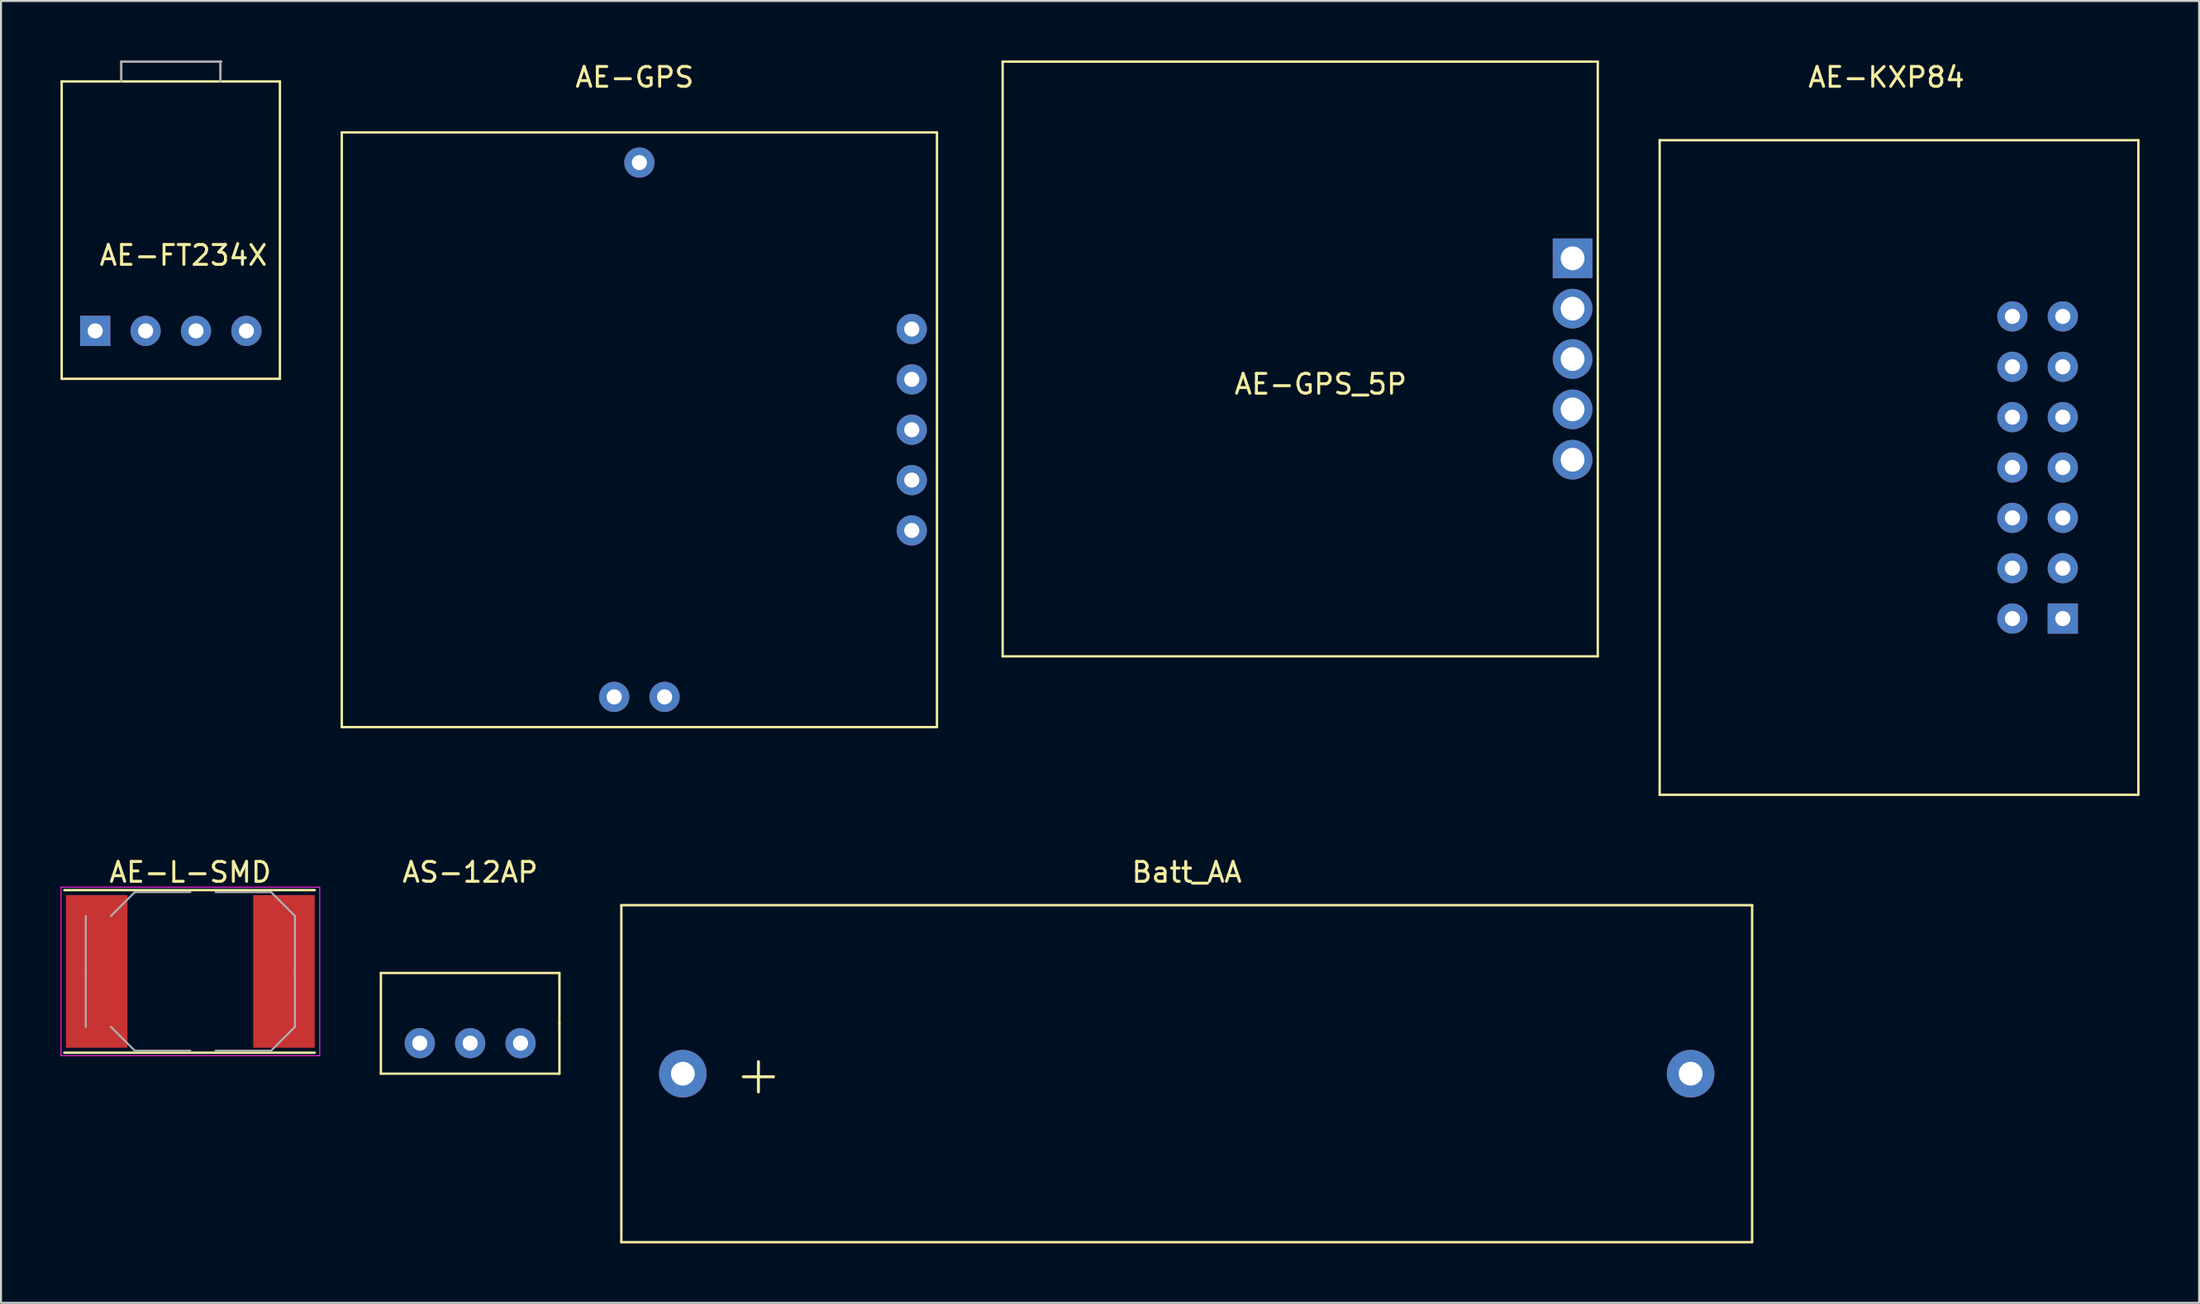
<source format=kicad_pcb>
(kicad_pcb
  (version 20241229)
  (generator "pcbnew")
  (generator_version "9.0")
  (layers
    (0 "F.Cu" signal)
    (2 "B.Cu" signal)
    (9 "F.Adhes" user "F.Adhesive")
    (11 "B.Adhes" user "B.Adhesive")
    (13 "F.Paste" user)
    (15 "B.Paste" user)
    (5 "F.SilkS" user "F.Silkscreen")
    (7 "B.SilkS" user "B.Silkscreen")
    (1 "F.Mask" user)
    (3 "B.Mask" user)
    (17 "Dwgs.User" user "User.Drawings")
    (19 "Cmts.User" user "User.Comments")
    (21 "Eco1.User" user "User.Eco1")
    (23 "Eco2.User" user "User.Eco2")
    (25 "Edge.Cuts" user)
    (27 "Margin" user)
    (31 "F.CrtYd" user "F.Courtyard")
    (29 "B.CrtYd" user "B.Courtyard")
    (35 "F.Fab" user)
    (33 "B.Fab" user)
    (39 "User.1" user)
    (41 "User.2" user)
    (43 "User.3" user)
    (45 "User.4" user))
  (footprint "Batt_AA"
    (layer "F.Cu")
    (at 56.77 51.111)
    (property "Reference" "Batt_AA" (at 0 -10.16 0) (layer "F.SilkS") (effects (font (size 1 1) (thickness 0.15))))
    (attr through_hole)
    (fp_line (start -28.5 -8.5) (end -28.5 8.5) (stroke (width 0.12) (type solid)) (layer "F.SilkS"))
    (fp_line (start -28.5 8.5) (end 28.5 8.5) (stroke (width 0.12) (type solid)) (layer "F.SilkS"))
    (fp_line (start 28.5 -8.5) (end -28.5 -8.5) (stroke (width 0.12) (type solid)) (layer "F.SilkS"))
    (fp_line (start 28.5 -8.5) (end 28.5 8.5) (stroke (width 0.12) (type solid)) (layer "F.SilkS"))
    (fp_text user "+" (at -21.59 0 0) (layer "F.SilkS") (effects (font (size 2 2) (thickness 0.15))))
    (pad "1" thru_hole circle (at -25.4 0) (size 2.4 2.4) (drill 1.2) (layers "*.Cu" "*.Mask"))
    (pad "2" thru_hole circle (at 25.4 0) (size 2.4 2.4) (drill 1.2) (layers "*.Cu" "*.Mask")))
  (footprint "AE-FT234X"
    (layer "F.Cu")
    (at 1.75 13.64)
    (property "Reference" "AE-FT234X" (at 4.445 -3.81 0) (layer "F.SilkS") (effects (font (size 1 1) (thickness 0.15))))
    (attr through_hole)
    (fp_line (start -1.69 -12.58) (end 9.31 -12.58) (stroke (width 0.12) (type solid)) (layer "F.SilkS"))
    (fp_line (start -1.69 2.42) (end -1.69 -12.58) (stroke (width 0.12) (type solid)) (layer "F.SilkS"))
    (fp_line (start -1.69 2.42) (end 9.31 2.42) (stroke (width 0.12) (type solid)) (layer "F.SilkS"))
    (fp_line (start 9.31 2.42) (end 9.31 -12.58) (stroke (width 0.12) (type solid)) (layer "F.SilkS"))
    (fp_line (start 1.31 -13.58) (end 6.35 -13.58) (stroke (width 0.12) (type solid)) (layer "F.Fab"))
    (fp_line (start 1.31 -12.58) (end 1.31 -13.58) (stroke (width 0.12) (type solid)) (layer "F.Fab"))
    (fp_line (start 6.31 -12.58) (end 6.31 -13.58) (stroke (width 0.12) (type solid)) (layer "F.Fab"))
    (pad "1" thru_hole rect (at 0 0) (size 1.524 1.524) (drill 0.762) (layers "*.Cu" "*.Mask"))
    (pad "2" thru_hole circle (at 2.54 0) (size 1.524 1.524) (drill 0.762) (layers "*.Cu" "*.Mask"))
    (pad "3" thru_hole circle (at 5.08 0) (size 1.524 1.524) (drill 0.762) (layers "*.Cu" "*.Mask"))
    (pad "4" thru_hole circle (at 7.62 0) (size 1.524 1.524) (drill 0.762) (layers "*.Cu" "*.Mask")))
  (footprint "AE-GPS_5P"
    (layer "F.Cu")
    (at 76.22 9.98)
    (property "Reference" "AE-GPS_5P" (at -12.7 6.35 0) (layer "F.SilkS") (effects (font (size 1 1) (thickness 0.15))))
    (attr through_hole)
    (fp_line (start -28.73 -9.92) (end 1.27 -9.92) (stroke (width 0.12) (type solid)) (layer "F.SilkS"))
    (fp_line (start -28.73 20.08) (end -28.73 -9.92) (stroke (width 0.12) (type solid)) (layer "F.SilkS"))
    (fp_line (start 1.27 5.08) (end 1.27 -9.92) (stroke (width 0.12) (type solid)) (layer "F.SilkS"))
    (fp_line (start 1.27 5.08) (end 1.27 20.08) (stroke (width 0.12) (type solid)) (layer "F.SilkS"))
    (fp_line (start 1.27 20.08) (end -28.73 20.08) (stroke (width 0.12) (type solid)) (layer "F.SilkS"))
    (pad "1" thru_hole rect (at 0 0) (size 2 2) (drill 1.2) (layers "*.Cu" "*.Mask"))
    (pad "2" thru_hole circle (at 0 2.54) (size 2 2) (drill 1.2) (layers "*.Cu" "*.Mask"))
    (pad "3" thru_hole circle (at 0 5.08) (size 2 2) (drill 1.2) (layers "*.Cu" "*.Mask"))
    (pad "4" thru_hole circle (at 0 7.62) (size 2 2) (drill 1.2) (layers "*.Cu" "*.Mask"))
    (pad "5" thru_hole circle (at 0 10.16) (size 2 2) (drill 1.2) (layers "*.Cu" "*.Mask")))
  (footprint "AE-L-SMD"
    (layer "F.Cu")
    (at 6.545 45.952)
    (property "Reference" "AE-L-SMD" (at 0 -5 0) (layer "F.SilkS") (effects (font (size 1 1) (thickness 0.15))))
    (attr smd)
    (fp_line (start -6.35 -4.1) (end 6.27 -4.1) (stroke (width 0.12) (type solid)) (layer "F.SilkS"))
    (fp_line (start -6.35 4.1) (end 6.27 4.1) (stroke (width 0.12) (type solid)) (layer "F.SilkS"))
    (fp_line (start -6.52 -4.25) (end -6.52 4.25) (stroke (width 0.05) (type solid)) (layer "F.CrtYd"))
    (fp_line (start -6.52 4.25) (end 6.52 4.25) (stroke (width 0.05) (type solid)) (layer "F.CrtYd"))
    (fp_line (start 6.52 -4.25) (end -6.52 -4.25) (stroke (width 0.05) (type solid)) (layer "F.CrtYd"))
    (fp_line (start 6.52 4.25) (end 6.52 -4.25) (stroke (width 0.05) (type solid)) (layer "F.CrtYd"))
    (fp_line (start -5.27 0) (end -5.27 -2.8) (stroke (width 0.1) (type solid)) (layer "F.Fab"))
    (fp_line (start -5.27 0) (end -5.27 2.8) (stroke (width 0.1) (type solid)) (layer "F.Fab"))
    (fp_line (start -4 -2.8) (end -2.8 -4) (stroke (width 0.1) (type solid)) (layer "F.Fab"))
    (fp_line (start -4 2.8) (end -2.8 4) (stroke (width 0.1) (type solid)) (layer "F.Fab"))
    (fp_line (start -2.8 -4) (end 0 -4) (stroke (width 0.1) (type solid)) (layer "F.Fab"))
    (fp_line (start -2.8 4) (end 0 4) (stroke (width 0.1) (type solid)) (layer "F.Fab"))
    (fp_line (start 4.07 -4) (end 1.27 -4) (stroke (width 0.1) (type solid)) (layer "F.Fab"))
    (fp_line (start 4.07 4) (end 1.27 4) (stroke (width 0.1) (type solid)) (layer "F.Fab"))
    (fp_line (start 5.27 -2.8) (end 4.07 -4) (stroke (width 0.1) (type solid)) (layer "F.Fab"))
    (fp_line (start 5.27 0) (end 5.27 -2.8) (stroke (width 0.1) (type solid)) (layer "F.Fab"))
    (fp_line (start 5.27 0) (end 5.27 2.8) (stroke (width 0.1) (type solid)) (layer "F.Fab"))
    (fp_line (start 5.27 2.8) (end 4.07 4) (stroke (width 0.1) (type solid)) (layer "F.Fab"))
    (pad "1" smd rect (at -4.72 0) (size 3.1 7.7) (layers "F.Cu" "F.Mask" "F.Paste"))
    (pad "2" smd rect (at 4.72 0) (size 3.1 7.7) (layers "F.Cu" "F.Mask" "F.Paste")))
  (footprint "AE-GPS"
    (layer "F.Cu")
    (at 44.18 3.628)
    (property "Reference" "AE-GPS" (at -15.24 -2.78 0) (layer "F.SilkS") (effects (font (size 1 1) (thickness 0.15))))
    (attr through_hole)
    (fp_line (start -30 0) (end 0 0) (stroke (width 0.12) (type solid)) (layer "F.SilkS"))
    (fp_line (start -30 30) (end -30 0) (stroke (width 0.12) (type solid)) (layer "F.SilkS"))
    (fp_line (start 0 30) (end -30 30) (stroke (width 0.12) (type solid)) (layer "F.SilkS"))
    (fp_line (start 0 30) (end 0 0) (stroke (width 0.12) (type solid)) (layer "F.SilkS"))
    (pad "1" thru_hole circle (at -1.27 9.92) (size 1.524 1.524) (drill 0.762) (layers "*.Cu" "*.Mask"))
    (pad "2" thru_hole circle (at -1.27 12.46) (size 1.524 1.524) (drill 0.762) (layers "*.Cu" "*.Mask"))
    (pad "3" thru_hole circle (at -1.27 15) (size 1.524 1.524) (drill 0.762) (layers "*.Cu" "*.Mask"))
    (pad "4" thru_hole circle (at -1.27 17.54) (size 1.524 1.524) (drill 0.762) (layers "*.Cu" "*.Mask"))
    (pad "5" thru_hole circle (at -1.27 20.08) (size 1.524 1.524) (drill 0.762) (layers "*.Cu" "*.Mask"))
    (pad "6" thru_hole circle (at -13.73 28.476) (size 1.524 1.524) (drill 0.762) (layers "*.Cu" "*.Mask"))
    (pad "7" thru_hole circle (at -16.27 28.476 90) (size 1.524 1.524) (drill 0.762) (layers "*.Cu" "*.Mask"))
    (pad "8" thru_hole circle (at -15 1.524) (size 1.524 1.524) (drill 0.762) (layers "*.Cu" "*.Mask")))
  (footprint "AE-KXP84"
    (layer "F.Cu")
    (at 100.93 28.153)
    (property "Reference" "AE-KXP84" (at -8.89 -27.305 0) (layer "F.SilkS") (effects (font (size 1 1) (thickness 0.15))))
    (attr through_hole)
    (fp_line (start -20.32 -24.13) (end -20.32 8.89) (stroke (width 0.12) (type solid)) (layer "F.SilkS"))
    (fp_line (start -20.32 8.89) (end 3.81 8.89) (stroke (width 0.12) (type solid)) (layer "F.SilkS"))
    (fp_line (start 3.81 -24.13) (end -20.32 -24.13) (stroke (width 0.12) (type solid)) (layer "F.SilkS"))
    (fp_line (start 3.81 8.89) (end 3.81 -24.13) (stroke (width 0.12) (type solid)) (layer "F.SilkS"))
    (pad "1" thru_hole rect (at 0 0) (size 1.524 1.524) (drill 0.762) (layers "*.Cu" "*.Mask"))
    (pad "2" thru_hole circle (at -2.54 0) (size 1.524 1.524) (drill 0.762) (layers "*.Cu" "*.Mask"))
    (pad "3" thru_hole circle (at 0 -2.54) (size 1.524 1.524) (drill 0.762) (layers "*.Cu" "*.Mask"))
    (pad "4" thru_hole circle (at -2.54 -2.54) (size 1.524 1.524) (drill 0.762) (layers "*.Cu" "*.Mask"))
    (pad "5" thru_hole circle (at 0 -5.08) (size 1.524 1.524) (drill 0.762) (layers "*.Cu" "*.Mask"))
    (pad "6" thru_hole circle (at -2.54 -5.08) (size 1.524 1.524) (drill 0.762) (layers "*.Cu" "*.Mask"))
    (pad "7" thru_hole circle (at 0 -7.62) (size 1.524 1.524) (drill 0.762) (layers "*.Cu" "*.Mask"))
    (pad "8" thru_hole circle (at -2.54 -7.62) (size 1.524 1.524) (drill 0.762) (layers "*.Cu" "*.Mask"))
    (pad "9" thru_hole circle (at 0 -10.16) (size 1.524 1.524) (drill 0.762) (layers "*.Cu" "*.Mask"))
    (pad "10" thru_hole circle (at -2.54 -10.16) (size 1.524 1.524) (drill 0.762) (layers "*.Cu" "*.Mask"))
    (pad "11" thru_hole circle (at 0 -12.7) (size 1.524 1.524) (drill 0.762) (layers "*.Cu" "*.Mask"))
    (pad "12" thru_hole circle (at -2.54 -12.7) (size 1.524 1.524) (drill 0.762) (layers "*.Cu" "*.Mask"))
    (pad "13" thru_hole circle (at 0 -15.24) (size 1.524 1.524) (drill 0.762) (layers "*.Cu" "*.Mask"))
    (pad "14" thru_hole circle (at -2.54 -15.24) (size 1.524 1.524) (drill 0.762) (layers "*.Cu" "*.Mask")))
  (footprint "AS-12AP"
    (layer "F.Cu")
    (at 20.65 48.572)
    (property "Reference" "AS-12AP" (at 0 -7.62 0) (layer "F.SilkS") (effects (font (size 1 1) (thickness 0.15))))
    (attr through_hole)
    (fp_line (start -4.5 -2.54) (end -4.5 2.54) (stroke (width 0.12) (type solid)) (layer "F.SilkS"))
    (fp_line (start -4.5 2.54) (end 4.5 2.54) (stroke (width 0.12) (type solid)) (layer "F.SilkS"))
    (fp_line (start 4.5 -2.54) (end -4.5 -2.54) (stroke (width 0.12) (type solid)) (layer "F.SilkS"))
    (fp_line (start 4.5 0) (end 4.5 -2.54) (stroke (width 0.12) (type solid)) (layer "F.SilkS"))
    (fp_line (start 4.5 2.54) (end 4.5 0) (stroke (width 0.12) (type solid)) (layer "F.SilkS"))
    (pad "1" thru_hole circle (at -2.54 1) (size 1.524 1.524) (drill 0.762) (layers "*.Cu" "*.Mask"))
    (pad "2" thru_hole circle (at 0 1) (size 1.524 1.524) (drill 0.762) (layers "*.Cu" "*.Mask"))
    (pad "3" thru_hole circle (at 2.54 1) (size 1.524 1.524) (drill 0.762) (layers "*.Cu" "*.Mask")))
  (gr_rect
    (start -3 -3)
    (end 107.8 62.672)
    (stroke (width 0.1) (type default))
    (fill no)
    (layer "Edge.Cuts")))
</source>
